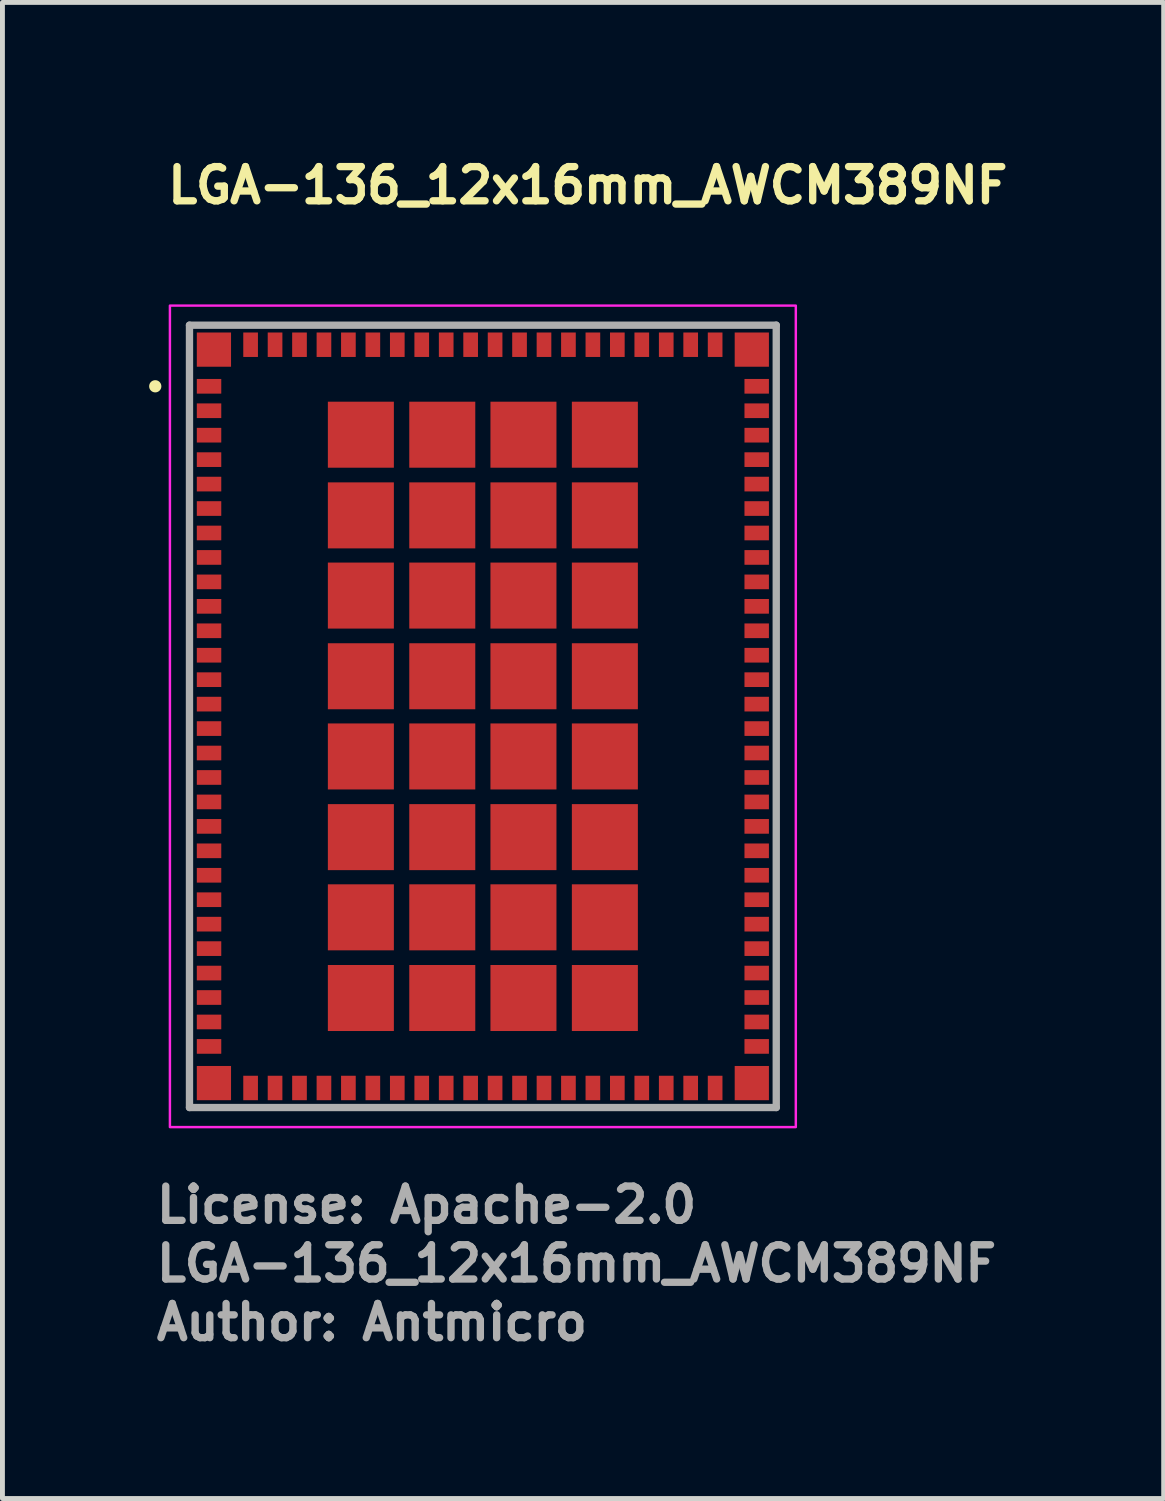
<source format=kicad_pcb>
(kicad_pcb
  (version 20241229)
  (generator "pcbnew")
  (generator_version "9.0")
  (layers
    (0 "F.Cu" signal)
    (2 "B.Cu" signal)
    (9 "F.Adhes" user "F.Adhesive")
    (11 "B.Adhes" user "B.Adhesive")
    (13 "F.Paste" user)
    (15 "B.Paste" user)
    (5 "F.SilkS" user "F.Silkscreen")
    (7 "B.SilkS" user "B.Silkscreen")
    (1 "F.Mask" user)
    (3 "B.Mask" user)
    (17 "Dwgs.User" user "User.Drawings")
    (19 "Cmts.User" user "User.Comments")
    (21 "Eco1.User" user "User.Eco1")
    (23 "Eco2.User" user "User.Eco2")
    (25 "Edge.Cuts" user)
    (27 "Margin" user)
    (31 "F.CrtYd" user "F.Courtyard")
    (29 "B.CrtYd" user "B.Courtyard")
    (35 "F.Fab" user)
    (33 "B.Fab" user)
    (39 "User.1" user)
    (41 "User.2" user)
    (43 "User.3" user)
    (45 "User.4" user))
  (footprint "LGA-136_12x16mm_AWCM389NF"
    (layer "F.Cu")
    (at 6.825 11.6)
    (property "Reference" "LGA-136_12x16mm_AWCM389NF" (at -6.52 -10.45 0) (layer "F.SilkS") (effects (font (size 0.7 0.7) (thickness 0.15)) (justify left bottom)))
    (attr smd)
    (fp_circle (center -6.7 -6.75) (end -6.65 -6.75) (stroke (width 0.15) (type solid)) (fill yes) (layer "F.SilkS"))
    (fp_rect (start -6.4 -8.4) (end 6.4 8.4) (stroke (width 0.05) (type solid)) (fill no) (layer "F.CrtYd"))
    (fp_line (start -6 -8) (end -6 8) (stroke (width 0.15) (type solid)) (layer "F.Fab"))
    (fp_line (start -6 8) (end 6 8) (stroke (width 0.15) (type solid)) (layer "F.Fab"))
    (fp_line (start 6 -8) (end -6 -8) (stroke (width 0.15) (type solid)) (layer "F.Fab"))
    (fp_line (start 6 8) (end 6 -8) (stroke (width 0.15) (type solid)) (layer "F.Fab"))
    (fp_rect (start -6 -8) (end 6 8) (stroke (width 0.1) (type solid)) (fill no) (layer "User.5"))
    (fp_line (start -6 -8) (end -6 8) (stroke (width 0.02) (type solid)) (layer "User.9"))
    (fp_line (start -6 8) (end 6 8) (stroke (width 0.02) (type solid)) (layer "User.9"))
    (fp_line (start 6 -8) (end -6 -8) (stroke (width 0.02) (type solid)) (layer "User.9"))
    (fp_line (start 6 8) (end 6 -8) (stroke (width 0.02) (type solid)) (layer "User.9"))
    (fp_text user "${REFERENCE}" (at -6.75 11.6 0) (layer "F.Fab") (effects (font (size 0.7 0.7) (thickness 0.15)) (justify left bottom)))
    (fp_text user "License: Apache-2.0" (at -6.75 10.4 0) (layer "F.Fab") (effects (font (size 0.7 0.7) (thickness 0.15)) (justify left bottom)))
    (fp_text user "Author: Antmicro" (at -6.75 12.8 0) (layer "F.Fab") (effects (font (size 0.7 0.7) (thickness 0.15)) (justify left bottom)))
    (pad "1" smd rect (at -5.6 -6.75 90) (size 0.3 0.5) (layers "F.Cu" "F.Mask" "F.Paste"))
    (pad "2" smd rect (at -5.6 -6.25 90) (size 0.3 0.5) (layers "F.Cu" "F.Mask" "F.Paste"))
    (pad "3" smd rect (at -5.6 -5.75 90) (size 0.3 0.5) (layers "F.Cu" "F.Mask" "F.Paste"))
    (pad "4" smd rect (at -5.6 -5.25 90) (size 0.3 0.5) (layers "F.Cu" "F.Mask" "F.Paste"))
    (pad "5" smd rect (at -5.6 -4.75 90) (size 0.3 0.5) (layers "F.Cu" "F.Mask" "F.Paste"))
    (pad "6" smd rect (at -5.6 -4.25 90) (size 0.3 0.5) (layers "F.Cu" "F.Mask" "F.Paste"))
    (pad "7" smd rect (at -5.6 -3.75 90) (size 0.3 0.5) (layers "F.Cu" "F.Mask" "F.Paste"))
    (pad "8" smd rect (at -5.6 -3.25 90) (size 0.3 0.5) (layers "F.Cu" "F.Mask" "F.Paste"))
    (pad "9" smd rect (at -5.6 -2.75 90) (size 0.3 0.5) (layers "F.Cu" "F.Mask" "F.Paste"))
    (pad "10" smd rect (at -5.6 -2.25 90) (size 0.3 0.5) (layers "F.Cu" "F.Mask" "F.Paste"))
    (pad "11" smd rect (at -5.6 -1.75 90) (size 0.3 0.5) (layers "F.Cu" "F.Mask" "F.Paste"))
    (pad "12" smd rect (at -5.6 -1.25 90) (size 0.3 0.5) (layers "F.Cu" "F.Mask" "F.Paste"))
    (pad "13" smd rect (at -5.6 -0.75 90) (size 0.3 0.5) (layers "F.Cu" "F.Mask" "F.Paste"))
    (pad "14" smd rect (at -5.6 -0.25 90) (size 0.3 0.5) (layers "F.Cu" "F.Mask" "F.Paste"))
    (pad "15" smd rect (at -5.6 0.25 90) (size 0.3 0.5) (layers "F.Cu" "F.Mask" "F.Paste"))
    (pad "16" smd rect (at -5.6 0.75 90) (size 0.3 0.5) (layers "F.Cu" "F.Mask" "F.Paste"))
    (pad "17" smd rect (at -5.6 1.25 90) (size 0.3 0.5) (layers "F.Cu" "F.Mask" "F.Paste"))
    (pad "18" smd rect (at -5.6 1.75 90) (size 0.3 0.5) (layers "F.Cu" "F.Mask" "F.Paste"))
    (pad "19" smd rect (at -5.6 2.25 90) (size 0.3 0.5) (layers "F.Cu" "F.Mask" "F.Paste"))
    (pad "20" smd rect (at -5.6 2.75 90) (size 0.3 0.5) (layers "F.Cu" "F.Mask" "F.Paste"))
    (pad "21" smd rect (at -5.6 3.25 90) (size 0.3 0.5) (layers "F.Cu" "F.Mask" "F.Paste"))
    (pad "22" smd rect (at -5.6 3.75 90) (size 0.3 0.5) (layers "F.Cu" "F.Mask" "F.Paste"))
    (pad "23" smd rect (at -5.6 4.25 90) (size 0.3 0.5) (layers "F.Cu" "F.Mask" "F.Paste"))
    (pad "24" smd rect (at -5.6 4.75 90) (size 0.3 0.5) (layers "F.Cu" "F.Mask" "F.Paste"))
    (pad "25" smd rect (at -5.6 5.25 90) (size 0.3 0.5) (layers "F.Cu" "F.Mask" "F.Paste"))
    (pad "26" smd rect (at -5.6 5.75 90) (size 0.3 0.5) (layers "F.Cu" "F.Mask" "F.Paste"))
    (pad "27" smd rect (at -5.6 6.25 90) (size 0.3 0.5) (layers "F.Cu" "F.Mask" "F.Paste"))
    (pad "28" smd rect (at -5.6 6.75 90) (size 0.3 0.5) (layers "F.Cu" "F.Mask" "F.Paste"))
    (pad "29" smd rect (at -4.75 7.6) (size 0.3 0.5) (layers "F.Cu" "F.Mask" "F.Paste"))
    (pad "30" smd rect (at -4.25 7.6) (size 0.3 0.5) (layers "F.Cu" "F.Mask" "F.Paste"))
    (pad "31" smd rect (at -3.75 7.6) (size 0.3 0.5) (layers "F.Cu" "F.Mask" "F.Paste"))
    (pad "32" smd rect (at -3.25 7.6) (size 0.3 0.5) (layers "F.Cu" "F.Mask" "F.Paste"))
    (pad "33" smd rect (at -2.75 7.6) (size 0.3 0.5) (layers "F.Cu" "F.Mask" "F.Paste"))
    (pad "34" smd rect (at -2.25 7.6) (size 0.3 0.5) (layers "F.Cu" "F.Mask" "F.Paste"))
    (pad "35" smd rect (at -1.75 7.6) (size 0.3 0.5) (layers "F.Cu" "F.Mask" "F.Paste"))
    (pad "36" smd rect (at -1.25 7.6) (size 0.3 0.5) (layers "F.Cu" "F.Mask" "F.Paste"))
    (pad "37" smd rect (at -0.75 7.6) (size 0.3 0.5) (layers "F.Cu" "F.Mask" "F.Paste"))
    (pad "38" smd rect (at -0.25 7.6) (size 0.3 0.5) (layers "F.Cu" "F.Mask" "F.Paste"))
    (pad "39" smd rect (at 0.25 7.6) (size 0.3 0.5) (layers "F.Cu" "F.Mask" "F.Paste"))
    (pad "40" smd rect (at 0.75 7.6) (size 0.3 0.5) (layers "F.Cu" "F.Mask" "F.Paste"))
    (pad "41" smd rect (at 1.25 7.6) (size 0.3 0.5) (layers "F.Cu" "F.Mask" "F.Paste"))
    (pad "42" smd rect (at 1.75 7.6) (size 0.3 0.5) (layers "F.Cu" "F.Mask" "F.Paste"))
    (pad "43" smd rect (at 2.25 7.6) (size 0.3 0.5) (layers "F.Cu" "F.Mask" "F.Paste"))
    (pad "44" smd rect (at 2.75 7.6) (size 0.3 0.5) (layers "F.Cu" "F.Mask" "F.Paste"))
    (pad "45" smd rect (at 3.25 7.6) (size 0.3 0.5) (layers "F.Cu" "F.Mask" "F.Paste"))
    (pad "46" smd rect (at 3.75 7.6) (size 0.3 0.5) (layers "F.Cu" "F.Mask" "F.Paste"))
    (pad "47" smd rect (at 4.25 7.6) (size 0.3 0.5) (layers "F.Cu" "F.Mask" "F.Paste"))
    (pad "48" smd rect (at 4.75 7.6) (size 0.3 0.5) (layers "F.Cu" "F.Mask" "F.Paste"))
    (pad "49" smd rect (at 5.6 6.75 90) (size 0.3 0.5) (layers "F.Cu" "F.Mask" "F.Paste"))
    (pad "50" smd rect (at 5.6 6.25 90) (size 0.3 0.5) (layers "F.Cu" "F.Mask" "F.Paste"))
    (pad "51" smd rect (at 5.6 5.75 90) (size 0.3 0.5) (layers "F.Cu" "F.Mask" "F.Paste"))
    (pad "52" smd rect (at 5.6 5.25 90) (size 0.3 0.5) (layers "F.Cu" "F.Mask" "F.Paste"))
    (pad "53" smd rect (at 5.6 4.75 90) (size 0.3 0.5) (layers "F.Cu" "F.Mask" "F.Paste"))
    (pad "54" smd rect (at 5.6 4.25 90) (size 0.3 0.5) (layers "F.Cu" "F.Mask" "F.Paste"))
    (pad "55" smd rect (at 5.6 3.75 90) (size 0.3 0.5) (layers "F.Cu" "F.Mask" "F.Paste"))
    (pad "56" smd rect (at 5.6 3.25 90) (size 0.3 0.5) (layers "F.Cu" "F.Mask" "F.Paste"))
    (pad "57" smd rect (at 5.6 2.75 90) (size 0.3 0.5) (layers "F.Cu" "F.Mask" "F.Paste"))
    (pad "58" smd rect (at 5.6 2.25 90) (size 0.3 0.5) (layers "F.Cu" "F.Mask" "F.Paste"))
    (pad "59" smd rect (at 5.6 1.75 90) (size 0.3 0.5) (layers "F.Cu" "F.Mask" "F.Paste"))
    (pad "60" smd rect (at 5.6 1.25 90) (size 0.3 0.5) (layers "F.Cu" "F.Mask" "F.Paste"))
    (pad "61" smd rect (at 5.6 0.75 90) (size 0.3 0.5) (layers "F.Cu" "F.Mask" "F.Paste"))
    (pad "62" smd rect (at 5.6 0.25 90) (size 0.3 0.5) (layers "F.Cu" "F.Mask" "F.Paste"))
    (pad "63" smd rect (at 5.6 -0.25 90) (size 0.3 0.5) (layers "F.Cu" "F.Mask" "F.Paste"))
    (pad "64" smd rect (at 5.6 -0.75 90) (size 0.3 0.5) (layers "F.Cu" "F.Mask" "F.Paste"))
    (pad "65" smd rect (at 5.6 -1.25 90) (size 0.3 0.5) (layers "F.Cu" "F.Mask" "F.Paste"))
    (pad "66" smd rect (at 5.6 -1.75 90) (size 0.3 0.5) (layers "F.Cu" "F.Mask" "F.Paste"))
    (pad "67" smd rect (at 5.6 -2.25 90) (size 0.3 0.5) (layers "F.Cu" "F.Mask" "F.Paste"))
    (pad "68" smd rect (at 5.6 -2.75 90) (size 0.3 0.5) (layers "F.Cu" "F.Mask" "F.Paste"))
    (pad "69" smd rect (at 5.6 -3.25 90) (size 0.3 0.5) (layers "F.Cu" "F.Mask" "F.Paste"))
    (pad "70" smd rect (at 5.6 -3.75 90) (size 0.3 0.5) (layers "F.Cu" "F.Mask" "F.Paste"))
    (pad "71" smd rect (at 5.6 -4.25 90) (size 0.3 0.5) (layers "F.Cu" "F.Mask" "F.Paste"))
    (pad "72" smd rect (at 5.6 -4.75 90) (size 0.3 0.5) (layers "F.Cu" "F.Mask" "F.Paste"))
    (pad "73" smd rect (at 5.6 -5.25 90) (size 0.3 0.5) (layers "F.Cu" "F.Mask" "F.Paste"))
    (pad "74" smd rect (at 5.6 -5.75 90) (size 0.3 0.5) (layers "F.Cu" "F.Mask" "F.Paste"))
    (pad "75" smd rect (at 5.6 -6.25 90) (size 0.3 0.5) (layers "F.Cu" "F.Mask" "F.Paste"))
    (pad "76" smd rect (at 5.6 -6.75 90) (size 0.3 0.5) (layers "F.Cu" "F.Mask" "F.Paste"))
    (pad "77" smd rect (at 4.75 -7.6) (size 0.3 0.5) (layers "F.Cu" "F.Mask" "F.Paste"))
    (pad "78" smd rect (at 4.25 -7.6) (size 0.3 0.5) (layers "F.Cu" "F.Mask" "F.Paste"))
    (pad "79" smd rect (at 3.75 -7.6) (size 0.3 0.5) (layers "F.Cu" "F.Mask" "F.Paste"))
    (pad "80" smd rect (at 3.25 -7.6) (size 0.3 0.5) (layers "F.Cu" "F.Mask" "F.Paste"))
    (pad "81" smd rect (at 2.75 -7.6) (size 0.3 0.5) (layers "F.Cu" "F.Mask" "F.Paste"))
    (pad "82" smd rect (at 2.25 -7.6) (size 0.3 0.5) (layers "F.Cu" "F.Mask" "F.Paste"))
    (pad "83" smd rect (at 1.75 -7.6) (size 0.3 0.5) (layers "F.Cu" "F.Mask" "F.Paste"))
    (pad "84" smd rect (at 1.25 -7.6) (size 0.3 0.5) (layers "F.Cu" "F.Mask" "F.Paste"))
    (pad "85" smd rect (at 0.75 -7.6) (size 0.3 0.5) (layers "F.Cu" "F.Mask" "F.Paste"))
    (pad "86" smd rect (at 0.25 -7.6) (size 0.3 0.5) (layers "F.Cu" "F.Mask" "F.Paste"))
    (pad "87" smd rect (at -0.25 -7.6) (size 0.3 0.5) (layers "F.Cu" "F.Mask" "F.Paste"))
    (pad "88" smd rect (at -0.75 -7.6) (size 0.3 0.5) (layers "F.Cu" "F.Mask" "F.Paste"))
    (pad "89" smd rect (at -1.25 -7.6) (size 0.3 0.5) (layers "F.Cu" "F.Mask" "F.Paste"))
    (pad "90" smd rect (at -1.75 -7.6) (size 0.3 0.5) (layers "F.Cu" "F.Mask" "F.Paste"))
    (pad "91" smd rect (at -2.25 -7.6) (size 0.3 0.5) (layers "F.Cu" "F.Mask" "F.Paste"))
    (pad "92" smd rect (at -2.75 -7.6) (size 0.3 0.5) (layers "F.Cu" "F.Mask" "F.Paste"))
    (pad "93" smd rect (at -3.25 -7.6) (size 0.3 0.5) (layers "F.Cu" "F.Mask" "F.Paste"))
    (pad "94" smd rect (at -3.75 -7.6) (size 0.3 0.5) (layers "F.Cu" "F.Mask" "F.Paste"))
    (pad "95" smd rect (at -4.25 -7.6) (size 0.3 0.5) (layers "F.Cu" "F.Mask" "F.Paste"))
    (pad "96" smd rect (at -4.75 -7.6) (size 0.3 0.5) (layers "F.Cu" "F.Mask" "F.Paste"))
    (pad "G1" smd rect (at -5.5 -7.5 90) (size 0.7 0.7) (layers "F.Cu" "F.Mask" "F.Paste"))
    (pad "G2" smd rect (at -5.5 7.5 90) (size 0.7 0.7) (layers "F.Cu" "F.Mask" "F.Paste"))
    (pad "G3" smd rect (at 5.5 7.5 90) (size 0.7 0.7) (layers "F.Cu" "F.Mask" "F.Paste"))
    (pad "G4" smd rect (at 5.5 -7.5 90) (size 0.7 0.7) (layers "F.Cu" "F.Mask" "F.Paste"))
    (pad "G5" smd rect (at -2.495 -5.76 90) (size 1.35 1.35) (layers "F.Cu" "F.Mask" "F.Paste"))
    (pad "G6" smd rect (at -0.83 -5.76 90) (size 1.35 1.35) (layers "F.Cu" "F.Mask" "F.Paste"))
    (pad "G7" smd rect (at 0.83 -5.76 90) (size 1.35 1.35) (layers "F.Cu" "F.Mask" "F.Paste"))
    (pad "G8" smd rect (at 2.495 -5.76 90) (size 1.35 1.35) (layers "F.Cu" "F.Mask" "F.Paste"))
    (pad "G9" smd rect (at -2.495 -4.11 90) (size 1.35 1.35) (layers "F.Cu" "F.Mask" "F.Paste"))
    (pad "G10" smd rect (at -0.83 -4.11 90) (size 1.35 1.35) (layers "F.Cu" "F.Mask" "F.Paste"))
    (pad "G11" smd rect (at 0.83 -4.11 90) (size 1.35 1.35) (layers "F.Cu" "F.Mask" "F.Paste"))
    (pad "G12" smd rect (at 2.495 -4.11 90) (size 1.35 1.35) (layers "F.Cu" "F.Mask" "F.Paste"))
    (pad "G13" smd rect (at -2.495 -2.47 90) (size 1.35 1.35) (layers "F.Cu" "F.Mask" "F.Paste"))
    (pad "G14" smd rect (at -0.83 -2.47 90) (size 1.35 1.35) (layers "F.Cu" "F.Mask" "F.Paste"))
    (pad "G15" smd rect (at 0.83 -2.47 90) (size 1.35 1.35) (layers "F.Cu" "F.Mask" "F.Paste"))
    (pad "G16" smd rect (at 2.495 -2.47 90) (size 1.35 1.35) (layers "F.Cu" "F.Mask" "F.Paste"))
    (pad "G17" smd rect (at -2.495 -0.82 90) (size 1.35 1.35) (layers "F.Cu" "F.Mask" "F.Paste"))
    (pad "G18" smd rect (at -0.83 -0.82 90) (size 1.35 1.35) (layers "F.Cu" "F.Mask" "F.Paste"))
    (pad "G19" smd rect (at 0.83 -0.82 90) (size 1.35 1.35) (layers "F.Cu" "F.Mask" "F.Paste"))
    (pad "G20" smd rect (at 2.495 -0.82 90) (size 1.35 1.35) (layers "F.Cu" "F.Mask" "F.Paste"))
    (pad "G21" smd rect (at -2.495 0.82 90) (size 1.35 1.35) (layers "F.Cu" "F.Mask" "F.Paste"))
    (pad "G22" smd rect (at -0.83 0.82 90) (size 1.35 1.35) (layers "F.Cu" "F.Mask" "F.Paste"))
    (pad "G23" smd rect (at 0.83 0.82 90) (size 1.35 1.35) (layers "F.Cu" "F.Mask" "F.Paste"))
    (pad "G24" smd rect (at 2.495 0.82 90) (size 1.35 1.35) (layers "F.Cu" "F.Mask" "F.Paste"))
    (pad "G25" smd rect (at -2.495 2.47 90) (size 1.35 1.35) (layers "F.Cu" "F.Mask" "F.Paste"))
    (pad "G26" smd rect (at -0.83 2.47 90) (size 1.35 1.35) (layers "F.Cu" "F.Mask" "F.Paste"))
    (pad "G27" smd rect (at 0.83 2.47 90) (size 1.35 1.35) (layers "F.Cu" "F.Mask" "F.Paste"))
    (pad "G28" smd rect (at 2.495 2.47 90) (size 1.35 1.35) (layers "F.Cu" "F.Mask" "F.Paste"))
    (pad "G29" smd rect (at -2.495 4.11 90) (size 1.35 1.35) (layers "F.Cu" "F.Mask" "F.Paste"))
    (pad "G30" smd rect (at -0.83 4.11 90) (size 1.35 1.35) (layers "F.Cu" "F.Mask" "F.Paste"))
    (pad "G31" smd rect (at 0.83 4.11 90) (size 1.35 1.35) (layers "F.Cu" "F.Mask" "F.Paste"))
    (pad "G32" smd rect (at 2.495 4.11 90) (size 1.35 1.35) (layers "F.Cu" "F.Mask" "F.Paste"))
    (pad "G33" smd rect (at -2.495 5.76 90) (size 1.35 1.35) (layers "F.Cu" "F.Mask" "F.Paste"))
    (pad "G34" smd rect (at -0.83 5.76 90) (size 1.35 1.35) (layers "F.Cu" "F.Mask" "F.Paste"))
    (pad "G35" smd rect (at 0.83 5.76 90) (size 1.35 1.35) (layers "F.Cu" "F.Mask" "F.Paste"))
    (pad "G36" smd rect (at 2.495 5.76 90) (size 1.35 1.35) (layers "F.Cu" "F.Mask" "F.Paste")))
  (gr_rect
    (start -3 -3)
    (end 20.748 27.596)
    (stroke (width 0.1) (type default))
    (fill no)
    (layer "Edge.Cuts")))
</source>
